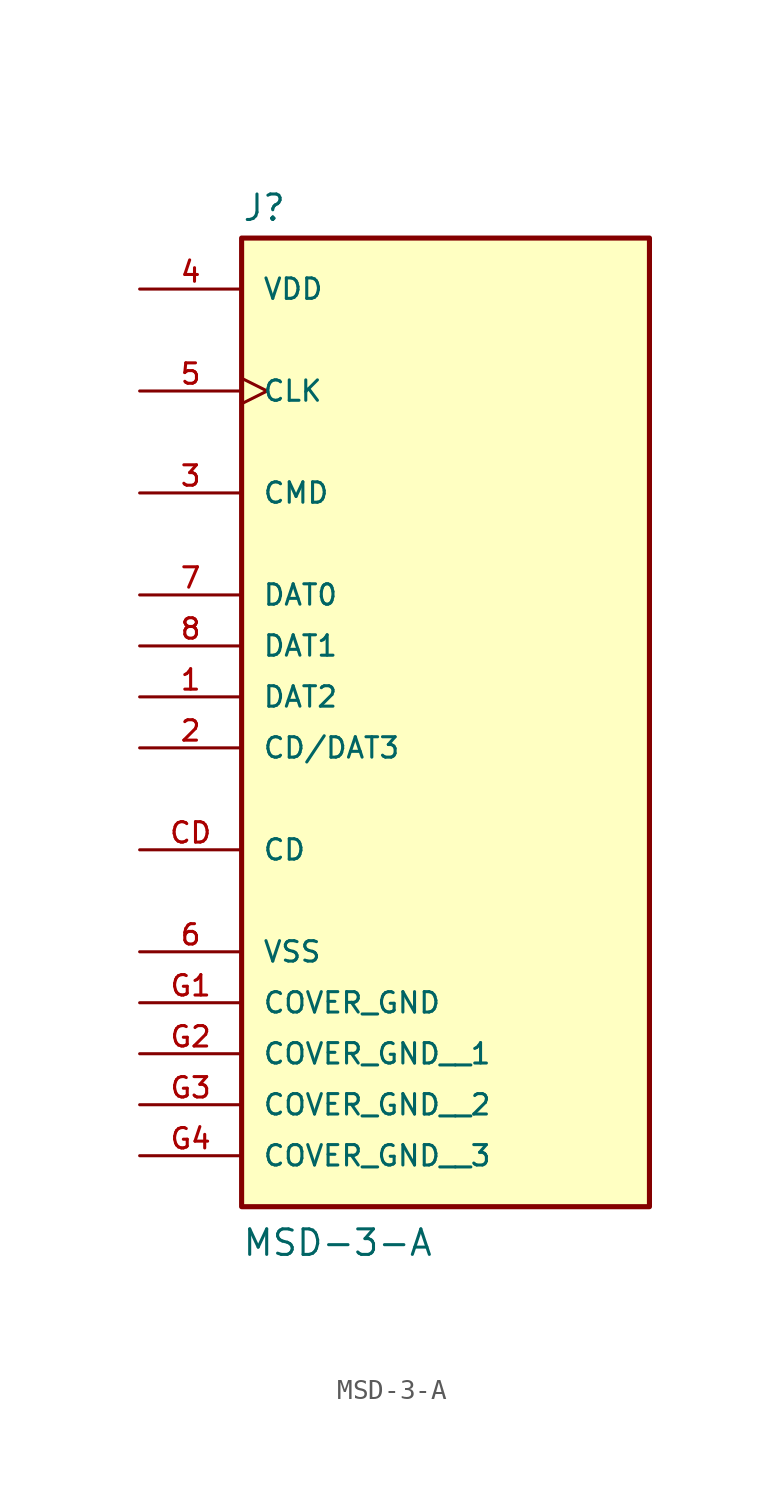
<source format=kicad_sym>
(kicad_symbol_lib
  (version 20211014)
  (generator kicad_symbol_editor)
  (symbol "MSD-3-A"
    (pin_names
      (offset 1.016))
    (property "Reference" "J"
      (at -10.16 21.082 0)
      (effects (font (size 1.27 1.27)) (justify bottom left)))
    (property "Value" "MSD-3-A"
      (at -10.16 -30.48 0)
      (effects (font (size 1.27 1.27)) (justify bottom left)))
    (symbol "MSD-3-A_0_0"
      (rectangle (start -10.16 -27.94) (end 10.16 20.32) (stroke (width 0.254)) (fill (type background)))
      (pin bidirectional line (at -15.24 -5.08 0) (length 5.08) (name "CD/DAT3" (effects (font (size 1.016 1.016)))) (number "2" (effects (font (size 1.016 1.016)))))
      (pin bidirectional line (at -15.24 7.62 0) (length 5.08) (name "CMD" (effects (font (size 1.016 1.016)))) (number "3" (effects (font (size 1.016 1.016)))))
      (pin power_in line (at -15.24 -15.24 0) (length 5.08) (name "VSS" (effects (font (size 1.016 1.016)))) (number "6" (effects (font (size 1.016 1.016)))))
      (pin power_in line (at -15.24 17.78 0) (length 5.08) (name "VDD" (effects (font (size 1.016 1.016)))) (number "4" (effects (font (size 1.016 1.016)))))
      (pin input clock (at -15.24 12.7 0) (length 5.08) (name "CLK" (effects (font (size 1.016 1.016)))) (number "5" (effects (font (size 1.016 1.016)))))
      (pin bidirectional line (at -15.24 2.54 0) (length 5.08) (name "DAT0" (effects (font (size 1.016 1.016)))) (number "7" (effects (font (size 1.016 1.016)))))
      (pin passive line (at -15.24 -10.16 0) (length 5.08) (name "CD" (effects (font (size 1.016 1.016)))) (number "CD" (effects (font (size 1.016 1.016)))))
      (pin bidirectional line (at -15.24 0.0 0) (length 5.08) (name "DAT1" (effects (font (size 1.016 1.016)))) (number "8" (effects (font (size 1.016 1.016)))))
      (pin bidirectional line (at -15.24 -2.54 0) (length 5.08) (name "DAT2" (effects (font (size 1.016 1.016)))) (number "1" (effects (font (size 1.016 1.016)))))
      (pin power_in line (at -15.24 -17.78 0) (length 5.08) (name "COVER_GND" (effects (font (size 1.016 1.016)))) (number "G1" (effects (font (size 1.016 1.016)))))
      (pin power_in line (at -15.24 -20.32 0) (length 5.08) (name "COVER_GND__1" (effects (font (size 1.016 1.016)))) (number "G2" (effects (font (size 1.016 1.016)))))
      (pin power_in line (at -15.24 -22.86 0) (length 5.08) (name "COVER_GND__2" (effects (font (size 1.016 1.016)))) (number "G3" (effects (font (size 1.016 1.016)))))
      (pin power_in line (at -15.24 -25.4 0) (length 5.08) (name "COVER_GND__3" (effects (font (size 1.016 1.016)))) (number "G4" (effects (font (size 1.016 1.016))))))))
</source>
